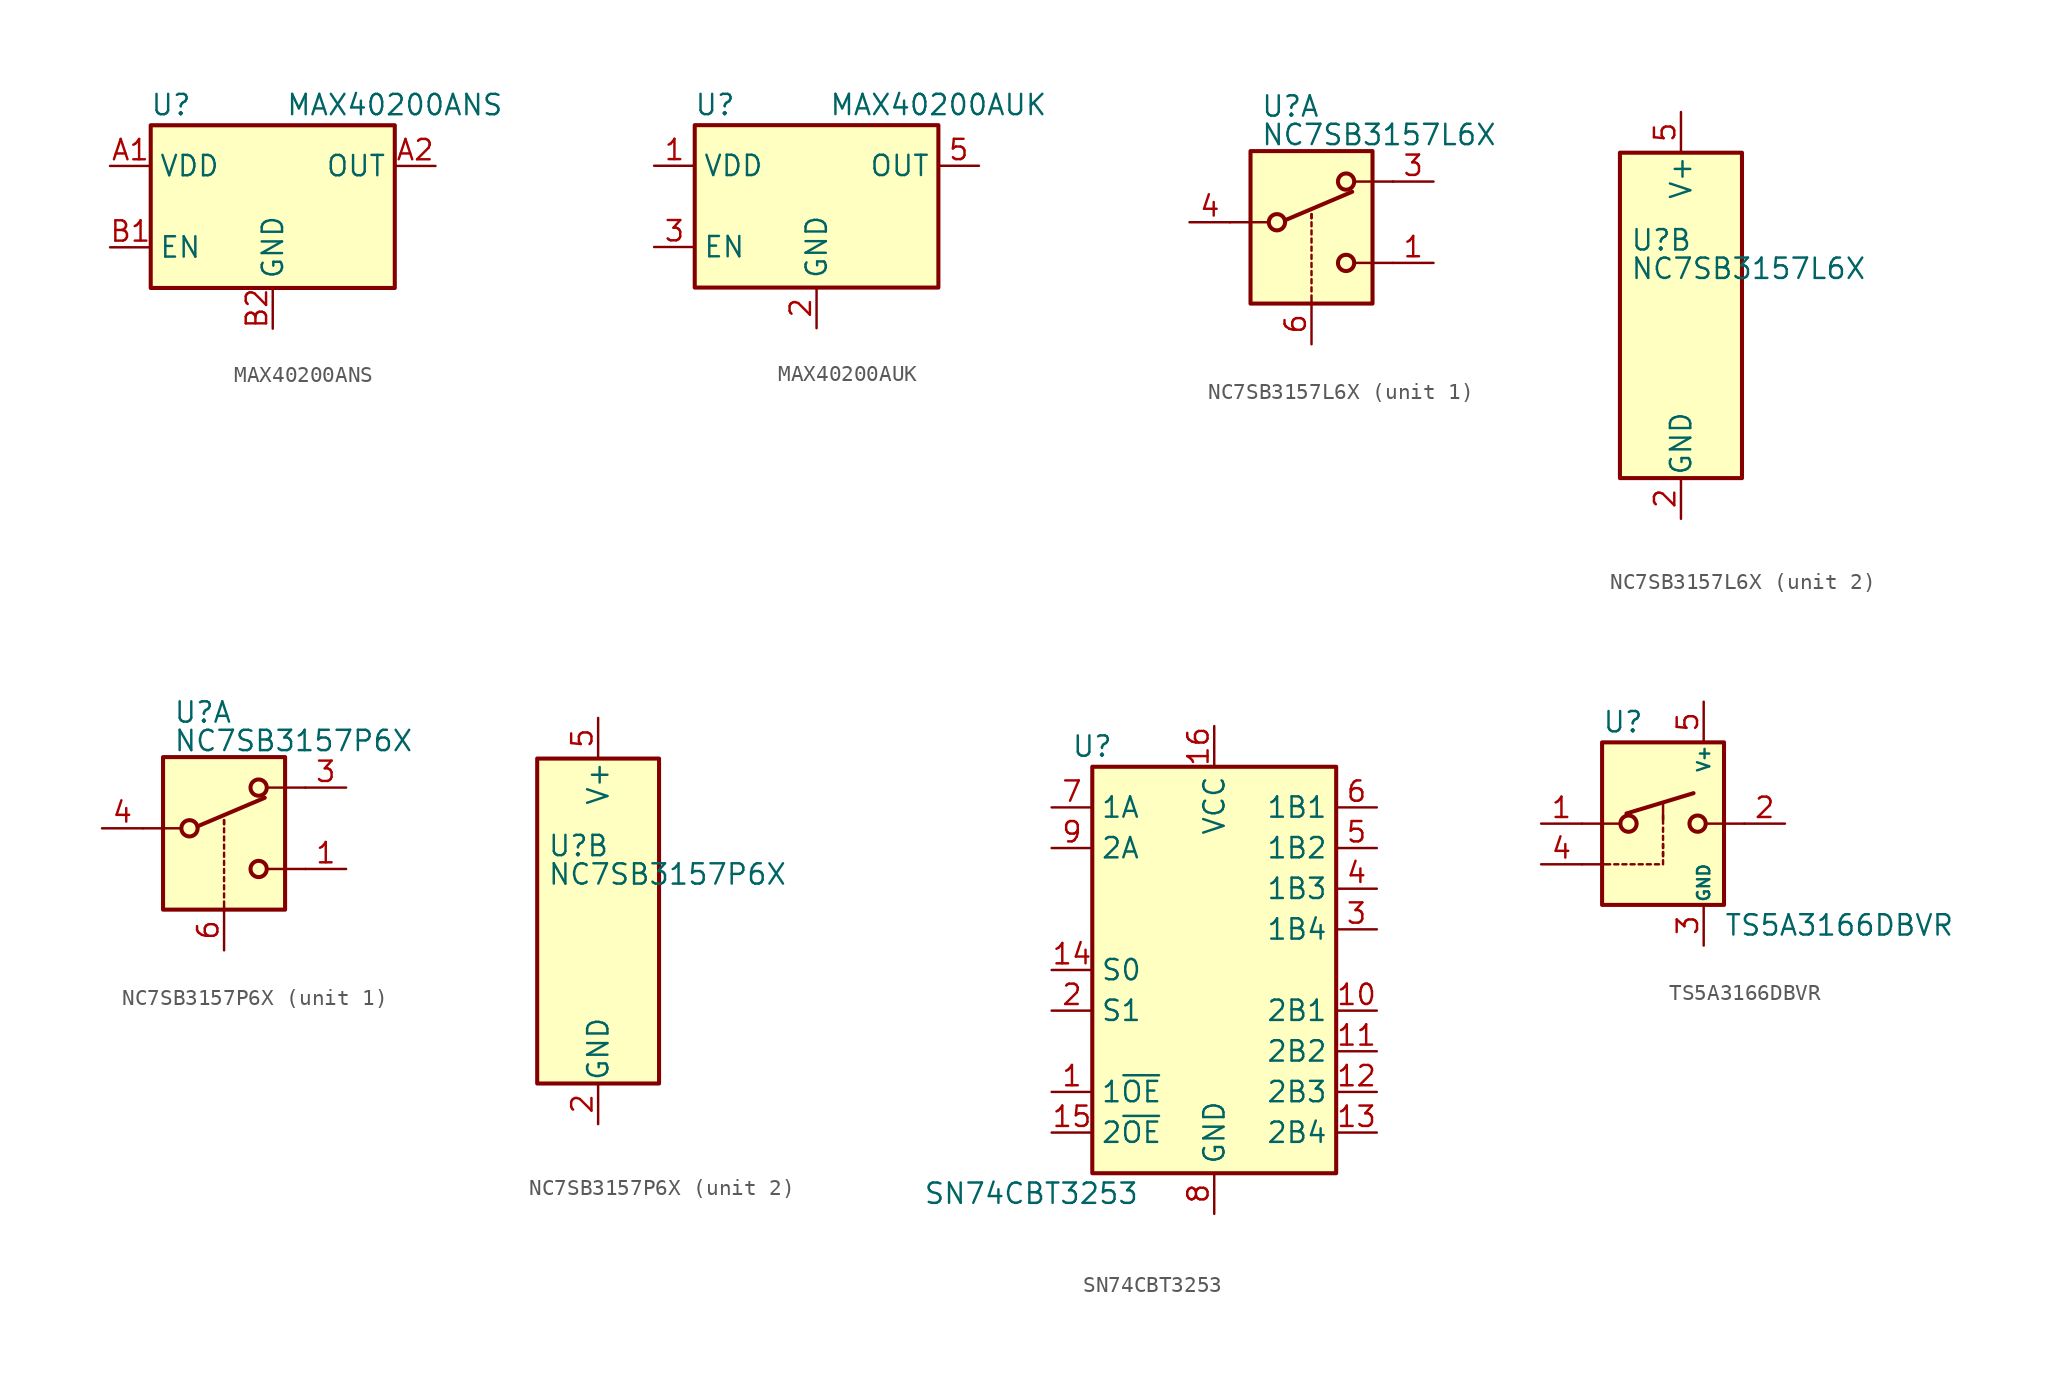
<source format=kicad_sym>
(kicad_symbol_lib
  (version 20201005)
  (generator kicad_symbol_editor)
  (symbol "MAX40200ANS"
    (property "Reference" "U"
      (at -6.35 6.35 0)
      (effects (font (size 1.27 1.27))))
    (property "Value" "MAX40200ANS"
      (at 7.62 6.35 0)
      (effects (font (size 1.27 1.27))))
    (symbol "MAX40200ANS_0_1"
      (rectangle (start -7.62 -5.08) (end 7.62 5.08) (stroke (width 0.254)) (fill (type background))))
    (symbol "MAX40200ANS_1_1"
      (pin power_in line (at -10.16 2.54 0) (length 2.54) (name "VDD" (effects (font (size 1.27 1.27)))) (number "A1" (effects (font (size 1.27 1.27)))))
      (pin passive line (at 10.16 2.54 180) (length 2.54) (name "OUT" (effects (font (size 1.27 1.27)))) (number "A2" (effects (font (size 1.27 1.27)))))
      (pin input line (at -10.16 -2.54 0) (length 2.54) (name "EN" (effects (font (size 1.27 1.27)))) (number "B1" (effects (font (size 1.27 1.27)))))
      (pin power_in line (at 0 -7.62 90) (length 2.54) (name "GND" (effects (font (size 1.27 1.27)))) (number "B2" (effects (font (size 1.27 1.27)))))))
  (symbol "MAX40200AUK"
    (property "Reference" "U"
      (at -6.35 6.35 0)
      (effects (font (size 1.27 1.27))))
    (property "Value" "MAX40200AUK"
      (at 7.62 6.35 0)
      (effects (font (size 1.27 1.27))))
    (symbol "MAX40200AUK_1_1"
      (rectangle (start -7.62 -5.08) (end 7.62 5.08) (stroke (width 0.254)) (fill (type background)))
      (pin power_in line (at -10.16 2.54 0) (length 2.54) (name "VDD" (effects (font (size 1.27 1.27)))) (number "1" (effects (font (size 1.27 1.27)))))
      (pin power_in line (at 0 -7.62 90) (length 2.54) (name "GND" (effects (font (size 1.27 1.27)))) (number "2" (effects (font (size 1.27 1.27)))))
      (pin input line (at -10.16 -2.54 0) (length 2.54) (name "EN" (effects (font (size 1.27 1.27)))) (number "3" (effects (font (size 1.27 1.27)))))
      (pin no_connect line (at 7.62 -2.54 180) (length 2.54) hide (name "NC" (effects (font (size 1.27 1.27)))) (number "4" (effects (font (size 1.27 1.27)))))
      (pin passive line (at 10.16 2.54 180) (length 2.54) (name "OUT" (effects (font (size 1.27 1.27)))) (number "5" (effects (font (size 1.27 1.27)))))))
  (symbol "NC7SB3157L6X"
    (pin_names
      (offset 0.127))
    (property "Reference" "U"
      (at -3.175 4.699 0)
      (effects (font (size 1.27 1.27)) (justify left)))
    (property "Value" "NC7SB3157L6X"
      (at -3.175 2.921 0)
      (effects (font (size 1.27 1.27)) (justify left)))
    (symbol "NC7SB3157L6X_1_1"
      (circle (center -2.159 -2.54) (radius 0.508) (stroke (width 0.254)) (fill (type none)))
      (circle (center 2.159 -5.08) (radius 0.508) (stroke (width 0.254)) (fill (type none)))
      (circle (center 2.159 0) (radius 0.508) (stroke (width 0.254)) (fill (type none)))
      (rectangle (start -3.81 1.905) (end 3.81 -7.62) (stroke (width 0.254)) (fill (type background)))
      (polyline (pts (xy -5.08 -2.54) (xy -2.794 -2.54)) (stroke (width 0)) (fill (type none)))
      (polyline (pts (xy -1.651 -2.413) (xy 2.54 -0.635)) (stroke (width 0.254)) (fill (type none)))
      (polyline (pts (xy 0 -7.62) (xy 0 -7.112)) (stroke (width 0)) (fill (type none)))
      (polyline (pts (xy 0 -6.858) (xy 0 -6.604)) (stroke (width 0)) (fill (type none)))
      (polyline (pts (xy 0 -6.35) (xy 0 -6.096)) (stroke (width 0)) (fill (type none)))
      (polyline (pts (xy 0 -5.842) (xy 0 -5.588)) (stroke (width 0)) (fill (type none)))
      (polyline (pts (xy 0 -5.334) (xy 0 -5.08)) (stroke (width 0)) (fill (type none)))
      (polyline (pts (xy 0 -4.826) (xy 0 -4.572)) (stroke (width 0)) (fill (type none)))
      (polyline (pts (xy 0 -4.318) (xy 0 -4.064)) (stroke (width 0)) (fill (type none)))
      (polyline (pts (xy 0 -3.81) (xy 0 -3.556)) (stroke (width 0)) (fill (type none)))
      (polyline (pts (xy 0 -3.302) (xy 0 -3.048)) (stroke (width 0)) (fill (type none)))
      (polyline (pts (xy 0 -2.794) (xy 0 -2.54)) (stroke (width 0)) (fill (type none)))
      (polyline (pts (xy 0 -2.286) (xy 0 -2.032)) (stroke (width 0)) (fill (type none)))
      (polyline (pts (xy 0 -2.286) (xy 0 -2.032)) (stroke (width 0)) (fill (type none)))
      (polyline (pts (xy 5.08 -5.08) (xy 2.794 -5.08)) (stroke (width 0)) (fill (type none)))
      (polyline (pts (xy 5.08 0) (xy 2.794 0)) (stroke (width 0)) (fill (type none)))
      (pin passive line (at 7.62 -5.08 180) (length 2.54) (name "~" (effects (font (size 1.27 1.27)))) (number "1" (effects (font (size 1.27 1.27)))))
      (pin passive line (at 7.62 0 180) (length 2.54) (name "~" (effects (font (size 1.27 1.27)))) (number "3" (effects (font (size 1.27 1.27)))))
      (pin passive line (at -7.62 -2.54 0) (length 2.54) (name "~" (effects (font (size 1.27 1.27)))) (number "4" (effects (font (size 1.27 1.27)))))
      (pin input line (at 0 -10.16 90) (length 2.54) (name "~" (effects (font (size 1.27 1.27)))) (number "6" (effects (font (size 1.27 1.27))))))
    (symbol "NC7SB3157L6X_2_0"
      (pin power_in line (at 0 -12.7 90) (length 2.54) (name "GND" (effects (font (size 1.27 1.27)))) (number "2" (effects (font (size 1.27 1.27)))))
      (pin power_in line (at 0 12.7 270) (length 2.54) (name "V+" (effects (font (size 1.27 1.27)))) (number "5" (effects (font (size 1.27 1.27))))))
    (symbol "NC7SB3157L6X_2_1"
      (rectangle (start -3.81 10.16) (end 3.81 -10.16) (stroke (width 0.254)) (fill (type background)))))
  (symbol "NC7SB3157P6X"
    (pin_names
      (offset 0.127))
    (property "Reference" "U"
      (at -3.175 4.699 0)
      (effects (font (size 1.27 1.27)) (justify left)))
    (property "Value" "NC7SB3157P6X"
      (at -3.175 2.921 0)
      (effects (font (size 1.27 1.27)) (justify left)))
    (symbol "NC7SB3157P6X_1_1"
      (circle (center -2.159 -2.54) (radius 0.508) (stroke (width 0.254)) (fill (type none)))
      (circle (center 2.159 -5.08) (radius 0.508) (stroke (width 0.254)) (fill (type none)))
      (circle (center 2.159 0) (radius 0.508) (stroke (width 0.254)) (fill (type none)))
      (rectangle (start -3.81 1.905) (end 3.81 -7.62) (stroke (width 0.254)) (fill (type background)))
      (polyline (pts (xy -5.08 -2.54) (xy -2.794 -2.54)) (stroke (width 0)) (fill (type none)))
      (polyline (pts (xy -1.651 -2.413) (xy 2.54 -0.635)) (stroke (width 0.254)) (fill (type none)))
      (polyline (pts (xy 0 -7.62) (xy 0 -7.112)) (stroke (width 0)) (fill (type none)))
      (polyline (pts (xy 0 -6.858) (xy 0 -6.604)) (stroke (width 0)) (fill (type none)))
      (polyline (pts (xy 0 -6.35) (xy 0 -6.096)) (stroke (width 0)) (fill (type none)))
      (polyline (pts (xy 0 -5.842) (xy 0 -5.588)) (stroke (width 0)) (fill (type none)))
      (polyline (pts (xy 0 -5.334) (xy 0 -5.08)) (stroke (width 0)) (fill (type none)))
      (polyline (pts (xy 0 -4.826) (xy 0 -4.572)) (stroke (width 0)) (fill (type none)))
      (polyline (pts (xy 0 -4.318) (xy 0 -4.064)) (stroke (width 0)) (fill (type none)))
      (polyline (pts (xy 0 -3.81) (xy 0 -3.556)) (stroke (width 0)) (fill (type none)))
      (polyline (pts (xy 0 -3.302) (xy 0 -3.048)) (stroke (width 0)) (fill (type none)))
      (polyline (pts (xy 0 -2.794) (xy 0 -2.54)) (stroke (width 0)) (fill (type none)))
      (polyline (pts (xy 0 -2.286) (xy 0 -2.032)) (stroke (width 0)) (fill (type none)))
      (polyline (pts (xy 0 -2.286) (xy 0 -2.032)) (stroke (width 0)) (fill (type none)))
      (polyline (pts (xy 5.08 -5.08) (xy 2.794 -5.08)) (stroke (width 0)) (fill (type none)))
      (polyline (pts (xy 5.08 0) (xy 2.794 0)) (stroke (width 0)) (fill (type none)))
      (pin passive line (at 7.62 -5.08 180) (length 2.54) (name "~" (effects (font (size 1.27 1.27)))) (number "1" (effects (font (size 1.27 1.27)))))
      (pin passive line (at 7.62 0 180) (length 2.54) (name "~" (effects (font (size 1.27 1.27)))) (number "3" (effects (font (size 1.27 1.27)))))
      (pin passive line (at -7.62 -2.54 0) (length 2.54) (name "~" (effects (font (size 1.27 1.27)))) (number "4" (effects (font (size 1.27 1.27)))))
      (pin input line (at 0 -10.16 90) (length 2.54) (name "~" (effects (font (size 1.27 1.27)))) (number "6" (effects (font (size 1.27 1.27))))))
    (symbol "NC7SB3157P6X_2_0"
      (pin power_in line (at 0 -12.7 90) (length 2.54) (name "GND" (effects (font (size 1.27 1.27)))) (number "2" (effects (font (size 1.27 1.27)))))
      (pin power_in line (at 0 12.7 270) (length 2.54) (name "V+" (effects (font (size 1.27 1.27)))) (number "5" (effects (font (size 1.27 1.27))))))
    (symbol "NC7SB3157P6X_2_1"
      (rectangle (start -3.81 10.16) (end 3.81 -10.16) (stroke (width 0.254)) (fill (type background)))))
  (symbol "SN74CBT3253"
    (property "Reference" "U"
      (at -7.62 13.97 0)
      (effects (font (size 1.27 1.27))))
    (property "Value" "SN74CBT3253"
      (at -11.43 -13.97 0)
      (effects (font (size 1.27 1.27))))
    (symbol "SN74CBT3253_0_1"
      (rectangle (start -7.62 12.7) (end 7.62 -12.7) (stroke (width 0.254)) (fill (type background)))
      (rectangle (start 7.62 -12.7) (end 7.62 -12.7) (stroke (width 0)) (fill (type none))))
    (symbol "SN74CBT3253_1_1"
      (pin input line (at -10.16 -7.62 0) (length 2.54) (name "1~OE" (effects (font (size 1.27 1.27)))) (number "1" (effects (font (size 1.27 1.27)))))
      (pin bidirectional line (at 10.16 -2.54 180) (length 2.54) (name "2B1" (effects (font (size 1.27 1.27)))) (number "10" (effects (font (size 1.27 1.27)))))
      (pin bidirectional line (at 10.16 -5.08 180) (length 2.54) (name "2B2" (effects (font (size 1.27 1.27)))) (number "11" (effects (font (size 1.27 1.27)))))
      (pin bidirectional line (at 10.16 -7.62 180) (length 2.54) (name "2B3" (effects (font (size 1.27 1.27)))) (number "12" (effects (font (size 1.27 1.27)))))
      (pin bidirectional line (at 10.16 -10.16 180) (length 2.54) (name "2B4" (effects (font (size 1.27 1.27)))) (number "13" (effects (font (size 1.27 1.27)))))
      (pin input line (at -10.16 0 0) (length 2.54) (name "S0" (effects (font (size 1.27 1.27)))) (number "14" (effects (font (size 1.27 1.27)))))
      (pin input line (at -10.16 -10.16 0) (length 2.54) (name "2~OE" (effects (font (size 1.27 1.27)))) (number "15" (effects (font (size 1.27 1.27)))))
      (pin power_in line (at 0 15.24 270) (length 2.54) (name "VCC" (effects (font (size 1.27 1.27)))) (number "16" (effects (font (size 1.27 1.27)))))
      (pin input line (at -10.16 -2.54 0) (length 2.54) (name "S1" (effects (font (size 1.27 1.27)))) (number "2" (effects (font (size 1.27 1.27)))))
      (pin bidirectional line (at 10.16 2.54 180) (length 2.54) (name "1B4" (effects (font (size 1.27 1.27)))) (number "3" (effects (font (size 1.27 1.27)))))
      (pin bidirectional line (at 10.16 5.08 180) (length 2.54) (name "1B3" (effects (font (size 1.27 1.27)))) (number "4" (effects (font (size 1.27 1.27)))))
      (pin bidirectional line (at 10.16 7.62 180) (length 2.54) (name "1B2" (effects (font (size 1.27 1.27)))) (number "5" (effects (font (size 1.27 1.27)))))
      (pin bidirectional line (at 10.16 10.16 180) (length 2.54) (name "1B1" (effects (font (size 1.27 1.27)))) (number "6" (effects (font (size 1.27 1.27)))))
      (pin bidirectional line (at -10.16 10.16 0) (length 2.54) (name "1A" (effects (font (size 1.27 1.27)))) (number "7" (effects (font (size 1.27 1.27)))))
      (pin power_in line (at 0 -15.24 90) (length 2.54) (name "GND" (effects (font (size 1.27 1.27)))) (number "8" (effects (font (size 1.27 1.27)))))
      (pin bidirectional line (at -10.16 7.62 0) (length 2.54) (name "2A" (effects (font (size 1.27 1.27)))) (number "9" (effects (font (size 1.27 1.27)))))))
  (symbol "TS5A3166DBVR"
    (pin_names
      (offset 0.127))
    (property "Reference" "U"
      (at -3.81 6.35 0)
      (effects (font (size 1.27 1.27)) (justify left)))
    (property "Value" "TS5A3166DBVR"
      (at 3.81 -6.35 0)
      (effects (font (size 1.27 1.27)) (justify left)))
    (symbol "TS5A3166DBVR_0_1"
      (polyline (pts (xy -5.08 -2.54) (xy -3.302 -2.54)) (stroke (width 0)) (fill (type none)))
      (polyline (pts (xy -3.048 -2.54) (xy -2.794 -2.54)) (stroke (width 0)) (fill (type none)))
      (polyline (pts (xy -2.54 -2.54) (xy -2.286 -2.54)) (stroke (width 0)) (fill (type none)))
      (polyline (pts (xy -2.032 -2.54) (xy -1.778 -2.54)) (stroke (width 0)) (fill (type none)))
      (polyline (pts (xy -1.524 -2.54) (xy -1.27 -2.54)) (stroke (width 0)) (fill (type none)))
      (polyline (pts (xy -1.016 -2.54) (xy -0.762 -2.54)) (stroke (width 0)) (fill (type none)))
      (polyline (pts (xy -0.508 -2.54) (xy -0.254 -2.54)) (stroke (width 0)) (fill (type none)))
      (polyline (pts (xy 0 -2.032) (xy 0 -1.778)) (stroke (width 0)) (fill (type none)))
      (polyline (pts (xy 0 -1.524) (xy 0 -1.27)) (stroke (width 0)) (fill (type none))))
    (symbol "TS5A3166DBVR_1_1"
      (circle (center -2.159 0) (radius 0.508) (stroke (width 0.254)) (fill (type none)))
      (circle (center 2.159 0) (radius 0.508) (stroke (width 0.254)) (fill (type none)))
      (rectangle (start -3.81 5.08) (end 3.81 -5.08) (stroke (width 0.254)) (fill (type background)))
      (polyline (pts (xy -5.08 0) (xy -2.794 0)) (stroke (width 0)) (fill (type none)))
      (polyline (pts (xy -2.286 0.635) (xy 1.905 1.905)) (stroke (width 0.254)) (fill (type none)))
      (polyline (pts (xy 0 -2.54) (xy 0 -2.286)) (stroke (width 0)) (fill (type none)))
      (polyline (pts (xy 0 -2.032) (xy 0 -1.778)) (stroke (width 0)) (fill (type none)))
      (polyline (pts (xy 0 -1.524) (xy 0 -1.27)) (stroke (width 0)) (fill (type none)))
      (polyline (pts (xy 0 -1.016) (xy 0 -0.762)) (stroke (width 0)) (fill (type none)))
      (polyline (pts (xy 0 -0.508) (xy 0 -0.254)) (stroke (width 0)) (fill (type none)))
      (polyline (pts (xy 0 0) (xy 0 0.508)) (stroke (width 0)) (fill (type none)))
      (polyline (pts (xy 0 0.254) (xy 0 1.27)) (stroke (width 0)) (fill (type none)))
      (polyline (pts (xy 5.08 0) (xy 2.794 0)) (stroke (width 0)) (fill (type none)))
      (pin passive line (at -7.62 0 0) (length 2.54) (name "~" (effects (font (size 1.27 1.27)))) (number "1" (effects (font (size 1.27 1.27)))))
      (pin passive line (at 7.62 0 180) (length 2.54) (name "~" (effects (font (size 1.27 1.27)))) (number "2" (effects (font (size 1.27 1.27)))))
      (pin power_in line (at 2.54 -7.62 90) (length 2.54) (name "GND" (effects (font (size 0.762 0.762)))) (number "3" (effects (font (size 1.27 1.27)))))
      (pin input line (at -7.62 -2.54 0) (length 2.54) (name "~" (effects (font (size 1.27 1.27)))) (number "4" (effects (font (size 1.27 1.27)))))
      (pin power_in line (at 2.54 7.62 270) (length 2.54) (name "V+" (effects (font (size 0.762 0.762)))) (number "5" (effects (font (size 1.27 1.27))))))))
</source>
